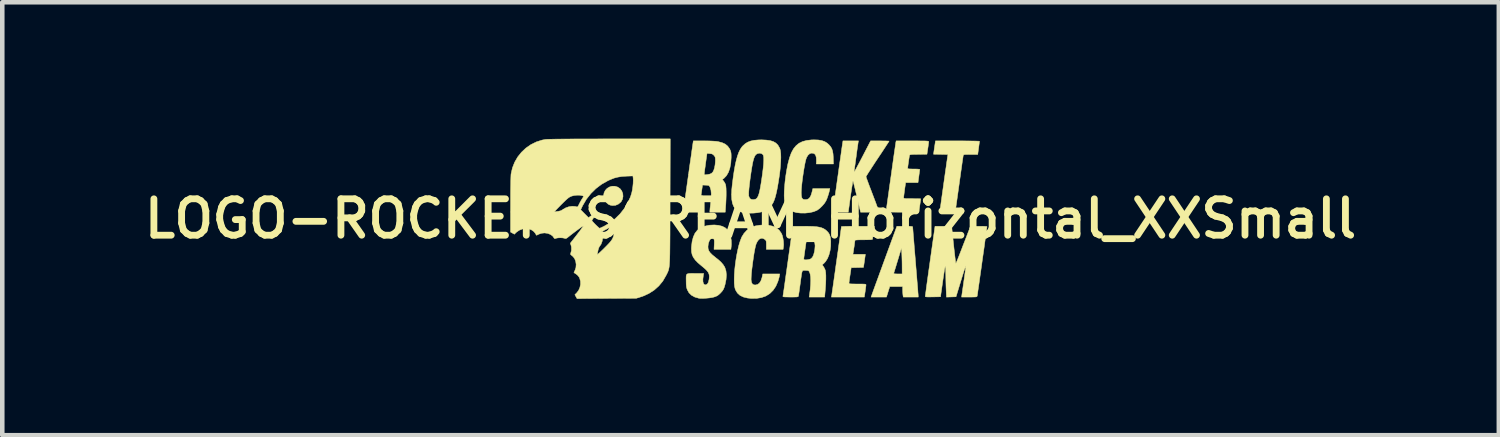
<source format=kicad_pcb>
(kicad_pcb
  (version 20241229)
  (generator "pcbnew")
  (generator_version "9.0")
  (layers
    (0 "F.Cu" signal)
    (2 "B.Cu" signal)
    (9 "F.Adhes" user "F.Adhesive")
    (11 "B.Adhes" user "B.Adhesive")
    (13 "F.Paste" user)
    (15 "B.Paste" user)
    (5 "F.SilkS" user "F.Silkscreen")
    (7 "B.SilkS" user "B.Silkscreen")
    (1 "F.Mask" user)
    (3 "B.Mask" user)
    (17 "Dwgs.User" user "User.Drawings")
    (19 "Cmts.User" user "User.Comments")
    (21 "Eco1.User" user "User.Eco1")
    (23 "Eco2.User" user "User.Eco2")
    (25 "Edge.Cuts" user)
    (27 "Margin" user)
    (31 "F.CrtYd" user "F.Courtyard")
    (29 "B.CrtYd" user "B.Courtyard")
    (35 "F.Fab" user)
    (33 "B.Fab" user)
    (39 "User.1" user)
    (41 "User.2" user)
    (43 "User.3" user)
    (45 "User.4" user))
  (footprint "LOGO-ROCKET-SCREAM_Horizontal_XXSmall"
    (layer "F.Cu")
    (at 13.459 1.761)
    (property "Reference" "LOGO-ROCKET-SCREAM_Horizontal_XXSmall" (at 0 0 0) (layer "F.SilkS") (effects (font (size 0.8 0.8) (thickness 0.15))))
    (attr smd)
    (fp_poly (pts (xy -2.985 -0.715) (xy -2.921 -0.696) (xy -2.918 -0.694) (xy -2.868 -0.659) (xy -2.832 -0.61) (xy -2.81 -0.553) (xy -2.805 -0.492) (xy -2.816 -0.432) (xy -2.844 -0.378) (xy -2.852 -0.368) (xy -2.907 -0.322) (xy -2.969 -0.295) (xy -3.037 -0.29) (xy -3.09 -0.3) (xy -3.132 -0.321) (xy -3.173 -0.358) (xy -3.206 -0.403) (xy -3.224 -0.444) (xy -3.232 -0.51) (xy -3.222 -0.57) (xy -3.195 -0.624) (xy -3.155 -0.667) (xy -3.104 -0.698) (xy -3.047 -0.715) (xy -2.985 -0.715)) (stroke (width 0.01) (type solid)) (fill yes) (layer "F.SilkS"))
    (fp_poly (pts (xy 4.653 -1.712) (xy 4.747 -1.711) (xy 4.831 -1.71) (xy 4.904 -1.709) (xy 4.963 -1.708) (xy 5.006 -1.706) (xy 5.031 -1.705) (xy 5.036 -1.703) (xy 5.035 -1.69) (xy 5.031 -1.659) (xy 5.025 -1.615) (xy 5.018 -1.562) (xy 5.017 -1.554) (xy 4.998 -1.414) (xy 4.842 -1.414) (xy 4.78 -1.413) (xy 4.737 -1.413) (xy 4.709 -1.411) (xy 4.692 -1.407) (xy 4.684 -1.401) (xy 4.68 -1.393) (xy 4.679 -1.389) (xy 4.676 -1.373) (xy 4.671 -1.338) (xy 4.663 -1.285) (xy 4.653 -1.217) (xy 4.642 -1.135) (xy 4.628 -1.041) (xy 4.614 -0.938) (xy 4.598 -0.827) (xy 4.588 -0.754) (xy 4.502 -0.144) (xy 4.333 -0.144) (xy 4.274 -0.144) (xy 4.225 -0.145) (xy 4.188 -0.147) (xy 4.167 -0.15) (xy 4.163 -0.152) (xy 4.165 -0.164) (xy 4.169 -0.196) (xy 4.176 -0.245) (xy 4.185 -0.309) (xy 4.195 -0.384) (xy 4.207 -0.47) (xy 4.22 -0.563) (xy 4.234 -0.661) (xy 4.248 -0.761) (xy 4.262 -0.861) (xy 4.276 -0.96) (xy 4.289 -1.053) (xy 4.302 -1.139) (xy 4.312 -1.216) (xy 4.322 -1.28) (xy 4.329 -1.331) (xy 4.334 -1.364) (xy 4.336 -1.377) (xy 4.342 -1.413) (xy 4.184 -1.416) (xy 4.025 -1.419) (xy 4.046 -1.565) (xy 4.068 -1.712) (xy 4.552 -1.712) (xy 4.653 -1.712)) (stroke (width 0.01) (type solid)) (fill yes) (layer "F.SilkS"))
    (fp_poly (pts (xy 3.46 0.166) (xy 3.507 0.167) (xy 3.539 0.169) (xy 3.557 0.172) (xy 3.565 0.177) (xy 3.567 0.182) (xy 3.568 0.196) (xy 3.571 0.23) (xy 3.575 0.282) (xy 3.58 0.35) (xy 3.587 0.434) (xy 3.595 0.529) (xy 3.603 0.636) (xy 3.613 0.752) (xy 3.623 0.874) (xy 3.628 0.934) (xy 3.638 1.06) (xy 3.648 1.179) (xy 3.657 1.291) (xy 3.665 1.393) (xy 3.673 1.484) (xy 3.679 1.561) (xy 3.683 1.622) (xy 3.687 1.666) (xy 3.688 1.691) (xy 3.689 1.695) (xy 3.689 1.723) (xy 3.36 1.723) (xy 3.353 1.681) (xy 3.35 1.648) (xy 3.347 1.603) (xy 3.346 1.565) (xy 3.346 1.491) (xy 3.063 1.491) (xy 3.026 1.607) (xy 2.99 1.723) (xy 2.651 1.723) (xy 2.692 1.609) (xy 2.703 1.578) (xy 2.721 1.529) (xy 2.745 1.463) (xy 2.774 1.384) (xy 2.808 1.291) (xy 2.841 1.201) (xy 3.15 1.201) (xy 3.153 1.208) (xy 3.171 1.212) (xy 3.207 1.214) (xy 3.24 1.215) (xy 3.335 1.215) (xy 3.334 1.013) (xy 3.333 0.942) (xy 3.331 0.871) (xy 3.329 0.807) (xy 3.327 0.756) (xy 3.325 0.729) (xy 3.319 0.646) (xy 3.237 0.917) (xy 3.214 0.991) (xy 3.194 1.058) (xy 3.176 1.116) (xy 3.162 1.161) (xy 3.153 1.19) (xy 3.15 1.201) (xy 2.841 1.201) (xy 2.845 1.189) (xy 2.885 1.08) (xy 2.927 0.964) (xy 2.971 0.845) (xy 2.976 0.83) (xy 3.219 0.166) (xy 3.393 0.166) (xy 3.46 0.166)) (stroke (width 0.01) (type solid)) (fill yes) (layer "F.SilkS"))
    (fp_poly (pts (xy 0.372 0.14) (xy 0.395 0.143) (xy 0.49 0.165) (xy 0.568 0.201) (xy 0.63 0.252) (xy 0.677 0.319) (xy 0.696 0.361) (xy 0.713 0.424) (xy 0.724 0.498) (xy 0.728 0.57) (xy 0.724 0.623) (xy 0.716 0.674) (xy 0.348 0.674) (xy 0.348 0.579) (xy 0.347 0.532) (xy 0.345 0.502) (xy 0.34 0.483) (xy 0.329 0.469) (xy 0.317 0.457) (xy 0.276 0.433) (xy 0.235 0.43) (xy 0.196 0.447) (xy 0.161 0.483) (xy 0.131 0.536) (xy 0.116 0.578) (xy 0.104 0.625) (xy 0.091 0.69) (xy 0.077 0.766) (xy 0.064 0.852) (xy 0.051 0.942) (xy 0.039 1.033) (xy 0.028 1.12) (xy 0.02 1.2) (xy 0.015 1.269) (xy 0.013 1.322) (xy 0.013 1.346) (xy 0.022 1.399) (xy 0.04 1.435) (xy 0.069 1.453) (xy 0.103 1.458) (xy 0.154 1.447) (xy 0.195 1.417) (xy 0.228 1.366) (xy 0.252 1.295) (xy 0.256 1.278) (xy 0.269 1.215) (xy 0.642 1.215) (xy 0.635 1.261) (xy 0.627 1.296) (xy 0.614 1.341) (xy 0.602 1.381) (xy 0.556 1.487) (xy 0.496 1.575) (xy 0.424 1.646) (xy 0.338 1.7) (xy 0.239 1.735) (xy 0.128 1.753) (xy 0.005 1.752) (xy -0.069 1.744) (xy -0.158 1.722) (xy -0.232 1.686) (xy -0.289 1.634) (xy -0.329 1.568) (xy -0.338 1.545) (xy -0.351 1.49) (xy -0.358 1.417) (xy -0.359 1.329) (xy -0.356 1.23) (xy -0.348 1.123) (xy -0.336 1.011) (xy -0.32 0.897) (xy -0.301 0.785) (xy -0.279 0.678) (xy -0.255 0.579) (xy -0.228 0.492) (xy -0.2 0.419) (xy -0.192 0.4) (xy -0.144 0.323) (xy -0.083 0.256) (xy -0.015 0.205) (xy 0.038 0.179) (xy 0.112 0.157) (xy 0.198 0.143) (xy 0.288 0.137) (xy 0.372 0.14)) (stroke (width 0.01) (type solid)) (fill yes) (layer "F.SilkS"))
    (fp_poly (pts (xy 1.49 -1.732) (xy 1.566 -1.719) (xy 1.63 -1.697) (xy 1.685 -1.663) (xy 1.725 -1.627) (xy 1.761 -1.585) (xy 1.787 -1.541) (xy 1.804 -1.49) (xy 1.815 -1.427) (xy 1.82 -1.348) (xy 1.82 -1.339) (xy 1.824 -1.204) (xy 1.447 -1.204) (xy 1.449 -1.28) (xy 1.446 -1.345) (xy 1.434 -1.392) (xy 1.412 -1.423) (xy 1.391 -1.436) (xy 1.346 -1.444) (xy 1.303 -1.432) (xy 1.266 -1.4) (xy 1.235 -1.351) (xy 1.22 -1.311) (xy 1.206 -1.258) (xy 1.192 -1.188) (xy 1.177 -1.105) (xy 1.162 -1.013) (xy 1.148 -0.918) (xy 1.136 -0.825) (xy 1.126 -0.736) (xy 1.119 -0.658) (xy 1.116 -0.595) (xy 1.115 -0.578) (xy 1.118 -0.514) (xy 1.125 -0.469) (xy 1.14 -0.441) (xy 1.164 -0.425) (xy 1.197 -0.42) (xy 1.2 -0.42) (xy 1.242 -0.424) (xy 1.276 -0.438) (xy 1.304 -0.466) (xy 1.327 -0.508) (xy 1.347 -0.568) (xy 1.363 -0.632) (xy 1.37 -0.663) (xy 1.745 -0.663) (xy 1.739 -0.632) (xy 1.724 -0.572) (xy 1.704 -0.507) (xy 1.683 -0.446) (xy 1.662 -0.398) (xy 1.66 -0.393) (xy 1.626 -0.339) (xy 1.579 -0.284) (xy 1.526 -0.232) (xy 1.473 -0.192) (xy 1.458 -0.183) (xy 1.386 -0.154) (xy 1.298 -0.134) (xy 1.201 -0.124) (xy 1.1 -0.125) (xy 1.016 -0.134) (xy 0.931 -0.157) (xy 0.86 -0.196) (xy 0.805 -0.25) (xy 0.767 -0.317) (xy 0.75 -0.373) (xy 0.743 -0.432) (xy 0.74 -0.509) (xy 0.742 -0.6) (xy 0.749 -0.703) (xy 0.759 -0.814) (xy 0.773 -0.928) (xy 0.791 -1.044) (xy 0.812 -1.158) (xy 0.824 -1.215) (xy 0.858 -1.342) (xy 0.897 -1.449) (xy 0.944 -1.536) (xy 1.001 -1.606) (xy 1.067 -1.66) (xy 1.145 -1.698) (xy 1.237 -1.722) (xy 1.343 -1.734) (xy 1.396 -1.735) (xy 1.49 -1.732)) (stroke (width 0.01) (type solid)) (fill yes) (layer "F.SilkS"))
    (fp_poly (pts (xy 2.704 0.301) (xy 2.696 0.354) (xy 2.69 0.4) (xy 2.686 0.433) (xy 2.684 0.45) (xy 2.684 0.45) (xy 2.678 0.455) (xy 2.66 0.459) (xy 2.628 0.462) (xy 2.578 0.463) (xy 2.51 0.464) (xy 2.49 0.464) (xy 2.415 0.464) (xy 2.357 0.466) (xy 2.318 0.469) (xy 2.299 0.473) (xy 2.297 0.475) (xy 2.296 0.49) (xy 2.291 0.521) (xy 2.286 0.564) (xy 2.279 0.613) (xy 2.271 0.662) (xy 2.265 0.707) (xy 2.259 0.742) (xy 2.258 0.748) (xy 2.252 0.784) (xy 2.526 0.784) (xy 2.511 0.892) (xy 2.504 0.943) (xy 2.497 0.989) (xy 2.492 1.024) (xy 2.49 1.035) (xy 2.484 1.071) (xy 2.349 1.074) (xy 2.214 1.077) (xy 2.19 1.237) (xy 2.181 1.295) (xy 2.174 1.347) (xy 2.169 1.387) (xy 2.166 1.412) (xy 2.165 1.416) (xy 2.167 1.423) (xy 2.173 1.429) (xy 2.189 1.432) (xy 2.215 1.434) (xy 2.256 1.435) (xy 2.315 1.436) (xy 2.352 1.436) (xy 2.421 1.436) (xy 2.471 1.437) (xy 2.504 1.438) (xy 2.525 1.441) (xy 2.536 1.445) (xy 2.54 1.451) (xy 2.54 1.455) (xy 2.539 1.473) (xy 2.534 1.508) (xy 2.528 1.554) (xy 2.522 1.599) (xy 2.503 1.723) (xy 1.778 1.723) (xy 1.783 1.698) (xy 1.786 1.684) (xy 1.791 1.65) (xy 1.798 1.599) (xy 1.808 1.533) (xy 1.819 1.454) (xy 1.832 1.364) (xy 1.846 1.265) (xy 1.861 1.159) (xy 1.876 1.049) (xy 1.892 0.937) (xy 1.908 0.825) (xy 1.924 0.715) (xy 1.938 0.61) (xy 1.952 0.511) (xy 1.965 0.42) (xy 1.976 0.34) (xy 1.985 0.274) (xy 1.992 0.222) (xy 1.997 0.188) (xy 1.999 0.173) (xy 1.999 0.173) (xy 2.009 0.171) (xy 2.04 0.17) (xy 2.087 0.168) (xy 2.148 0.167) (xy 2.221 0.166) (xy 2.304 0.166) (xy 2.361 0.166) (xy 2.724 0.166) (xy 2.704 0.301)) (stroke (width 0.01) (type solid)) (fill yes) (layer "F.SilkS"))
    (fp_poly (pts (xy 0.346 -1.73) (xy 0.433 -1.718) (xy 0.503 -1.696) (xy 0.558 -1.664) (xy 0.602 -1.62) (xy 0.635 -1.563) (xy 0.648 -1.534) (xy 0.658 -1.49) (xy 0.665 -1.426) (xy 0.667 -1.348) (xy 0.664 -1.256) (xy 0.658 -1.156) (xy 0.647 -1.049) (xy 0.636 -0.961) (xy 0.615 -0.826) (xy 0.596 -0.711) (xy 0.577 -0.613) (xy 0.558 -0.53) (xy 0.539 -0.461) (xy 0.519 -0.403) (xy 0.497 -0.353) (xy 0.492 -0.343) (xy 0.454 -0.287) (xy 0.402 -0.234) (xy 0.344 -0.191) (xy 0.311 -0.173) (xy 0.243 -0.15) (xy 0.161 -0.133) (xy 0.069 -0.124) (xy -0.025 -0.122) (xy -0.116 -0.129) (xy -0.149 -0.133) (xy -0.224 -0.152) (xy -0.286 -0.18) (xy -0.335 -0.221) (xy -0.373 -0.274) (xy -0.398 -0.341) (xy -0.413 -0.423) (xy -0.418 -0.523) (xy -0.417 -0.541) (xy -0.042 -0.541) (xy -0.04 -0.505) (xy -0.039 -0.502) (xy -0.028 -0.469) (xy -0.011 -0.442) (xy -0.01 -0.441) (xy 0.02 -0.425) (xy 0.061 -0.42) (xy 0.104 -0.428) (xy 0.115 -0.432) (xy 0.135 -0.446) (xy 0.152 -0.468) (xy 0.169 -0.501) (xy 0.185 -0.546) (xy 0.2 -0.605) (xy 0.215 -0.68) (xy 0.231 -0.773) (xy 0.248 -0.884) (xy 0.26 -0.968) (xy 0.276 -1.095) (xy 0.287 -1.201) (xy 0.291 -1.285) (xy 0.29 -1.349) (xy 0.282 -1.392) (xy 0.272 -1.412) (xy 0.236 -1.436) (xy 0.192 -1.442) (xy 0.15 -1.431) (xy 0.127 -1.418) (xy 0.107 -1.398) (xy 0.089 -1.368) (xy 0.073 -1.327) (xy 0.057 -1.273) (xy 0.042 -1.204) (xy 0.027 -1.117) (xy 0.01 -1.01) (xy 0.007 -0.988) (xy -0.01 -0.868) (xy -0.023 -0.762) (xy -0.033 -0.671) (xy -0.039 -0.597) (xy -0.042 -0.541) (xy -0.417 -0.541) (xy -0.413 -0.64) (xy -0.404 -0.729) (xy -0.383 -0.899) (xy -0.361 -1.048) (xy -0.338 -1.178) (xy -0.313 -1.289) (xy -0.286 -1.384) (xy -0.257 -1.463) (xy -0.225 -1.527) (xy -0.19 -1.579) (xy -0.176 -1.596) (xy -0.123 -1.645) (xy -0.066 -1.682) (xy -0.000357 -1.708) (xy 0.077 -1.725) (xy 0.169 -1.733) (xy 0.241 -1.735) (xy 0.346 -1.73)) (stroke (width 0.01) (type solid)) (fill yes) (layer "F.SilkS"))
    (fp_poly (pts (xy -0.705 0.145) (xy -0.623 0.166) (xy -0.556 0.2) (xy -0.505 0.245) (xy -0.5 0.25) (xy -0.465 0.311) (xy -0.439 0.387) (xy -0.424 0.472) (xy -0.421 0.56) (xy -0.425 0.611) (xy -0.432 0.674) (xy -0.803 0.674) (xy -0.798 0.566) (xy -0.796 0.507) (xy -0.799 0.467) (xy -0.809 0.443) (xy -0.825 0.433) (xy -0.849 0.432) (xy -0.851 0.433) (xy -0.882 0.448) (xy -0.906 0.484) (xy -0.925 0.538) (xy -0.93 0.56) (xy -0.936 0.616) (xy -0.932 0.664) (xy -0.916 0.708) (xy -0.885 0.752) (xy -0.838 0.798) (xy -0.774 0.85) (xy -0.701 0.908) (xy -0.645 0.96) (xy -0.603 1.009) (xy -0.573 1.056) (xy -0.565 1.071) (xy -0.54 1.148) (xy -0.531 1.237) (xy -0.538 1.338) (xy -0.56 1.446) (xy -0.576 1.502) (xy -0.594 1.547) (xy -0.617 1.585) (xy -0.651 1.624) (xy -0.662 1.636) (xy -0.701 1.672) (xy -0.735 1.696) (xy -0.774 1.713) (xy -0.801 1.722) (xy -0.846 1.733) (xy -0.905 1.742) (xy -0.969 1.748) (xy -1.033 1.752) (xy -1.09 1.753) (xy -1.132 1.75) (xy -1.137 1.749) (xy -1.227 1.723) (xy -1.299 1.683) (xy -1.354 1.629) (xy -1.391 1.562) (xy -1.392 1.559) (xy -1.404 1.524) (xy -1.411 1.487) (xy -1.415 1.442) (xy -1.416 1.383) (xy -1.416 1.374) (xy -1.417 1.314) (xy -1.416 1.269) (xy -1.411 1.239) (xy -1.398 1.219) (xy -1.376 1.209) (xy -1.34 1.204) (xy -1.289 1.203) (xy -1.218 1.204) (xy -1.031 1.204) (xy -1.039 1.256) (xy -1.048 1.33) (xy -1.046 1.388) (xy -1.034 1.429) (xy -1.014 1.451) (xy -0.983 1.455) (xy -0.979 1.454) (xy -0.949 1.435) (xy -0.927 1.396) (xy -0.912 1.336) (xy -0.909 1.309) (xy -0.907 1.262) (xy -0.913 1.221) (xy -0.928 1.184) (xy -0.955 1.147) (xy -0.995 1.106) (xy -1.051 1.058) (xy -1.077 1.037) (xy -1.155 0.971) (xy -1.214 0.911) (xy -1.256 0.853) (xy -1.284 0.794) (xy -1.298 0.729) (xy -1.301 0.656) (xy -1.299 0.619) (xy -1.285 0.501) (xy -1.259 0.402) (xy -1.222 0.32) (xy -1.171 0.255) (xy -1.107 0.205) (xy -1.028 0.169) (xy -0.933 0.147) (xy -0.901 0.142) (xy -0.798 0.137) (xy -0.705 0.145)) (stroke (width 0.01) (type solid)) (fill yes) (layer "F.SilkS"))
    (fp_poly (pts (xy 3.66 -1.712) (xy 3.739 -1.711) (xy 3.8 -1.711) (xy 3.846 -1.71) (xy 3.878 -1.708) (xy 3.9 -1.706) (xy 3.912 -1.703) (xy 3.918 -1.699) (xy 3.92 -1.693) (xy 3.92 -1.692) (xy 3.918 -1.674) (xy 3.913 -1.639) (xy 3.907 -1.593) (xy 3.9 -1.546) (xy 3.881 -1.419) (xy 3.691 -1.416) (xy 3.622 -1.415) (xy 3.572 -1.414) (xy 3.538 -1.412) (xy 3.517 -1.409) (xy 3.504 -1.404) (xy 3.499 -1.398) (xy 3.496 -1.389) (xy 3.496 -1.388) (xy 3.492 -1.365) (xy 3.486 -1.327) (xy 3.479 -1.281) (xy 3.472 -1.231) (xy 3.465 -1.183) (xy 3.46 -1.143) (xy 3.457 -1.116) (xy 3.457 -1.11) (xy 3.46 -1.103) (xy 3.473 -1.098) (xy 3.499 -1.095) (xy 3.54 -1.094) (xy 3.589 -1.093) (xy 3.64 -1.093) (xy 3.682 -1.091) (xy 3.711 -1.088) (xy 3.722 -1.085) (xy 3.722 -1.085) (xy 3.721 -1.072) (xy 3.717 -1.041) (xy 3.711 -0.996) (xy 3.704 -0.944) (xy 3.703 -0.936) (xy 3.684 -0.795) (xy 3.413 -0.795) (xy 3.407 -0.759) (xy 3.402 -0.725) (xy 3.395 -0.679) (xy 3.388 -0.627) (xy 3.381 -0.574) (xy 3.375 -0.526) (xy 3.37 -0.488) (xy 3.368 -0.465) (xy 3.368 -0.462) (xy 3.37 -0.455) (xy 3.376 -0.449) (xy 3.39 -0.446) (xy 3.416 -0.443) (xy 3.455 -0.442) (xy 3.511 -0.442) (xy 3.556 -0.442) (xy 3.618 -0.441) (xy 3.671 -0.441) (xy 3.712 -0.439) (xy 3.737 -0.438) (xy 3.744 -0.437) (xy 3.742 -0.422) (xy 3.738 -0.391) (xy 3.732 -0.35) (xy 3.725 -0.302) (xy 3.718 -0.255) (xy 3.712 -0.213) (xy 3.707 -0.182) (xy 3.705 -0.168) (xy 3.699 -0.144) (xy 3.34 -0.144) (xy 3.233 -0.144) (xy 3.146 -0.145) (xy 3.079 -0.146) (xy 3.03 -0.148) (xy 2.999 -0.151) (xy 2.984 -0.154) (xy 2.982 -0.156) (xy 2.983 -0.169) (xy 2.988 -0.202) (xy 2.994 -0.252) (xy 3.003 -0.318) (xy 3.014 -0.397) (xy 3.027 -0.487) (xy 3.041 -0.586) (xy 3.055 -0.691) (xy 3.071 -0.801) (xy 3.087 -0.913) (xy 3.103 -1.026) (xy 3.118 -1.136) (xy 3.133 -1.242) (xy 3.147 -1.342) (xy 3.16 -1.434) (xy 3.172 -1.514) (xy 3.182 -1.582) (xy 3.19 -1.635) (xy 3.195 -1.67) (xy 3.197 -1.687) (xy 3.198 -1.687) (xy 3.203 -1.712) (xy 3.562 -1.712) (xy 3.66 -1.712)) (stroke (width 0.01) (type solid)) (fill yes) (layer "F.SilkS"))
    (fp_poly (pts (xy 4.467 0.574) (xy 4.477 0.667) (xy 4.487 0.752) (xy 4.495 0.827) (xy 4.503 0.89) (xy 4.509 0.939) (xy 4.514 0.97) (xy 4.516 0.983) (xy 4.516 0.983) (xy 4.522 0.973) (xy 4.534 0.945) (xy 4.552 0.903) (xy 4.574 0.848) (xy 4.599 0.784) (xy 4.615 0.743) (xy 4.647 0.661) (xy 4.68 0.574) (xy 4.714 0.488) (xy 4.745 0.408) (xy 4.77 0.343) (xy 4.773 0.334) (xy 4.839 0.166) (xy 5.02 0.166) (xy 5.081 0.166) (xy 5.133 0.167) (xy 5.172 0.169) (xy 5.196 0.171) (xy 5.201 0.172) (xy 5.2 0.185) (xy 5.196 0.217) (xy 5.189 0.267) (xy 5.18 0.333) (xy 5.169 0.411) (xy 5.156 0.5) (xy 5.143 0.599) (xy 5.128 0.704) (xy 5.112 0.813) (xy 5.096 0.925) (xy 5.081 1.037) (xy 5.065 1.147) (xy 5.05 1.253) (xy 5.036 1.353) (xy 5.023 1.444) (xy 5.011 1.525) (xy 5.001 1.593) (xy 4.994 1.645) (xy 4.988 1.681) (xy 4.986 1.697) (xy 4.986 1.698) (xy 4.983 1.707) (xy 4.977 1.714) (xy 4.965 1.718) (xy 4.943 1.721) (xy 4.908 1.722) (xy 4.856 1.723) (xy 4.811 1.723) (xy 4.642 1.723) (xy 4.69 1.389) (xy 4.702 1.305) (xy 4.713 1.228) (xy 4.722 1.16) (xy 4.729 1.104) (xy 4.733 1.064) (xy 4.735 1.042) (xy 4.735 1.038) (xy 4.731 1.045) (xy 4.722 1.07) (xy 4.708 1.111) (xy 4.689 1.167) (xy 4.668 1.234) (xy 4.644 1.312) (xy 4.626 1.37) (xy 4.52 1.717) (xy 4.31 1.724) (xy 4.303 1.566) (xy 4.3 1.491) (xy 4.298 1.406) (xy 4.296 1.319) (xy 4.295 1.242) (xy 4.294 1.182) (xy 4.292 1.127) (xy 4.29 1.084) (xy 4.287 1.055) (xy 4.286 1.049) (xy 4.282 1.051) (xy 4.276 1.074) (xy 4.267 1.119) (xy 4.257 1.183) (xy 4.244 1.267) (xy 4.229 1.369) (xy 4.179 1.717) (xy 4.011 1.72) (xy 3.944 1.721) (xy 3.896 1.721) (xy 3.865 1.719) (xy 3.848 1.715) (xy 3.843 1.709) (xy 3.843 1.709) (xy 3.844 1.696) (xy 3.849 1.663) (xy 3.856 1.612) (xy 3.865 1.544) (xy 3.876 1.461) (xy 3.889 1.366) (xy 3.904 1.259) (xy 3.92 1.143) (xy 3.938 1.02) (xy 3.95 0.93) (xy 4.058 0.166) (xy 4.424 0.166) (xy 4.467 0.574)) (stroke (width 0.01) (type solid)) (fill yes) (layer "F.SilkS"))
    (fp_poly (pts (xy -0.915 -1.711) (xy -0.823 -1.707) (xy -0.753 -1.702) (xy -0.714 -1.696) (xy -0.626 -1.673) (xy -0.556 -1.641) (xy -0.503 -1.597) (xy -0.463 -1.542) (xy -0.454 -1.525) (xy -0.441 -1.495) (xy -0.433 -1.468) (xy -0.428 -1.437) (xy -0.426 -1.397) (xy -0.426 -1.342) (xy -0.434 -1.222) (xy -0.454 -1.115) (xy -0.485 -1.024) (xy -0.529 -0.948) (xy -0.582 -0.891) (xy -0.597 -0.879) (xy -0.621 -0.863) (xy -0.593 -0.829) (xy -0.57 -0.795) (xy -0.551 -0.757) (xy -0.55 -0.754) (xy -0.543 -0.72) (xy -0.538 -0.666) (xy -0.536 -0.596) (xy -0.536 -0.512) (xy -0.539 -0.417) (xy -0.544 -0.314) (xy -0.546 -0.295) (xy -0.556 -0.144) (xy -0.895 -0.144) (xy -0.895 -0.172) (xy -0.893 -0.193) (xy -0.89 -0.231) (xy -0.884 -0.281) (xy -0.878 -0.337) (xy -0.877 -0.346) (xy -0.866 -0.46) (xy -0.864 -0.555) (xy -0.871 -0.63) (xy -0.888 -0.686) (xy -0.89 -0.691) (xy -0.902 -0.714) (xy -0.914 -0.728) (xy -0.933 -0.734) (xy -0.965 -0.737) (xy -0.984 -0.738) (xy -1.056 -0.741) (xy -1.099 -0.442) (xy -1.141 -0.144) (xy -1.31 -0.144) (xy -1.369 -0.144) (xy -1.418 -0.145) (xy -1.456 -0.147) (xy -1.477 -0.149) (xy -1.48 -0.15) (xy -1.478 -0.163) (xy -1.474 -0.194) (xy -1.467 -0.244) (xy -1.458 -0.308) (xy -1.447 -0.386) (xy -1.435 -0.475) (xy -1.421 -0.573) (xy -1.406 -0.678) (xy -1.391 -0.787) (xy -1.375 -0.899) (xy -1.365 -0.969) (xy -1.019 -0.969) (xy -1.019 -0.967) (xy -1.005 -0.965) (xy -0.977 -0.968) (xy -0.942 -0.972) (xy -0.907 -0.979) (xy -0.886 -0.985) (xy -0.854 -1.002) (xy -0.829 -1.027) (xy -0.809 -1.066) (xy -0.792 -1.121) (xy -0.78 -1.185) (xy -0.774 -1.253) (xy -0.773 -1.278) (xy -0.774 -1.321) (xy -0.778 -1.35) (xy -0.787 -1.371) (xy -0.803 -1.391) (xy -0.804 -1.393) (xy -0.828 -1.415) (xy -0.853 -1.427) (xy -0.89 -1.432) (xy -0.896 -1.433) (xy -0.957 -1.438) (xy -0.99 -1.205) (xy -0.999 -1.136) (xy -1.008 -1.074) (xy -1.014 -1.024) (xy -1.018 -0.988) (xy -1.019 -0.969) (xy -1.365 -0.969) (xy -1.359 -1.011) (xy -1.344 -1.121) (xy -1.329 -1.227) (xy -1.314 -1.327) (xy -1.301 -1.419) (xy -1.29 -1.5) (xy -1.28 -1.568) (xy -1.272 -1.622) (xy -1.267 -1.658) (xy -1.264 -1.676) (xy -1.264 -1.676) (xy -1.258 -1.712) (xy -1.028 -1.712) (xy -0.915 -1.711)) (stroke (width 0.01) (type solid)) (fill yes) (layer "F.SilkS"))
    (fp_poly (pts (xy 2.369 -1.687) (xy 2.366 -1.67) (xy 2.361 -1.633) (xy 2.353 -1.582) (xy 2.344 -1.518) (xy 2.334 -1.445) (xy 2.325 -1.375) (xy 2.314 -1.296) (xy 2.304 -1.223) (xy 2.295 -1.159) (xy 2.287 -1.107) (xy 2.282 -1.071) (xy 2.279 -1.055) (xy 2.277 -1.033) (xy 2.283 -1.032) (xy 2.284 -1.033) (xy 2.291 -1.045) (xy 2.308 -1.074) (xy 2.332 -1.118) (xy 2.362 -1.175) (xy 2.398 -1.242) (xy 2.437 -1.317) (xy 2.469 -1.378) (xy 2.642 -1.712) (xy 2.845 -1.712) (xy 2.909 -1.711) (xy 2.965 -1.711) (xy 3.009 -1.709) (xy 3.038 -1.708) (xy 3.048 -1.706) (xy 3.042 -1.696) (xy 3.025 -1.669) (xy 2.998 -1.629) (xy 2.963 -1.575) (xy 2.921 -1.511) (xy 2.873 -1.438) (xy 2.82 -1.359) (xy 2.794 -1.32) (xy 2.739 -1.238) (xy 2.689 -1.161) (xy 2.644 -1.091) (xy 2.605 -1.032) (xy 2.574 -0.983) (xy 2.553 -0.948) (xy 2.541 -0.928) (xy 2.54 -0.925) (xy 2.544 -0.912) (xy 2.555 -0.88) (xy 2.572 -0.833) (xy 2.594 -0.773) (xy 2.621 -0.701) (xy 2.652 -0.621) (xy 2.684 -0.537) (xy 2.717 -0.45) (xy 2.747 -0.371) (xy 2.773 -0.3) (xy 2.796 -0.241) (xy 2.813 -0.195) (xy 2.823 -0.165) (xy 2.827 -0.153) (xy 2.817 -0.15) (xy 2.788 -0.147) (xy 2.743 -0.145) (xy 2.687 -0.144) (xy 2.624 -0.144) (xy 2.421 -0.144) (xy 2.383 -0.306) (xy 2.365 -0.379) (xy 2.345 -0.464) (xy 2.325 -0.551) (xy 2.306 -0.631) (xy 2.302 -0.649) (xy 2.287 -0.708) (xy 2.274 -0.759) (xy 2.264 -0.799) (xy 2.256 -0.823) (xy 2.253 -0.828) (xy 2.25 -0.818) (xy 2.244 -0.788) (xy 2.237 -0.742) (xy 2.227 -0.681) (xy 2.216 -0.609) (xy 2.204 -0.529) (xy 2.198 -0.486) (xy 2.15 -0.144) (xy 1.981 -0.144) (xy 1.922 -0.144) (xy 1.873 -0.145) (xy 1.835 -0.147) (xy 1.814 -0.149) (xy 1.811 -0.151) (xy 1.813 -0.163) (xy 1.817 -0.194) (xy 1.824 -0.244) (xy 1.833 -0.309) (xy 1.844 -0.386) (xy 1.856 -0.476) (xy 1.87 -0.573) (xy 1.885 -0.678) (xy 1.9 -0.787) (xy 1.916 -0.899) (xy 1.932 -1.011) (xy 1.947 -1.121) (xy 1.962 -1.227) (xy 1.977 -1.327) (xy 1.99 -1.419) (xy 2.001 -1.5) (xy 2.011 -1.568) (xy 2.019 -1.622) (xy 2.024 -1.658) (xy 2.027 -1.676) (xy 2.027 -1.676) (xy 2.033 -1.712) (xy 2.375 -1.712) (xy 2.369 -1.687)) (stroke (width 0.01) (type solid)) (fill yes) (layer "F.SilkS"))
    (fp_poly (pts (xy 1.175 0.166) (xy 1.286 0.167) (xy 1.378 0.17) (xy 1.453 0.176) (xy 1.514 0.186) (xy 1.565 0.2) (xy 1.607 0.218) (xy 1.644 0.241) (xy 1.677 0.269) (xy 1.714 0.309) (xy 1.739 0.353) (xy 1.755 0.404) (xy 1.763 0.47) (xy 1.765 0.499) (xy 1.763 0.602) (xy 1.75 0.701) (xy 1.726 0.794) (xy 1.693 0.875) (xy 1.651 0.941) (xy 1.623 0.973) (xy 1.578 1.014) (xy 1.606 1.055) (xy 1.627 1.092) (xy 1.644 1.131) (xy 1.646 1.139) (xy 1.653 1.183) (xy 1.657 1.247) (xy 1.657 1.328) (xy 1.654 1.422) (xy 1.647 1.529) (xy 1.645 1.555) (xy 1.63 1.723) (xy 1.29 1.723) (xy 1.296 1.681) (xy 1.312 1.561) (xy 1.321 1.453) (xy 1.324 1.358) (xy 1.321 1.278) (xy 1.311 1.216) (xy 1.299 1.179) (xy 1.287 1.156) (xy 1.275 1.144) (xy 1.256 1.139) (xy 1.225 1.138) (xy 1.208 1.137) (xy 1.186 1.137) (xy 1.169 1.136) (xy 1.155 1.139) (xy 1.145 1.146) (xy 1.136 1.161) (xy 1.129 1.185) (xy 1.122 1.222) (xy 1.115 1.274) (xy 1.105 1.342) (xy 1.093 1.43) (xy 1.083 1.502) (xy 1.074 1.568) (xy 1.066 1.624) (xy 1.059 1.667) (xy 1.055 1.693) (xy 1.054 1.698) (xy 1.051 1.707) (xy 1.046 1.714) (xy 1.033 1.718) (xy 1.012 1.721) (xy 0.977 1.722) (xy 0.925 1.723) (xy 0.878 1.723) (xy 0.81 1.722) (xy 0.762 1.721) (xy 0.732 1.719) (xy 0.716 1.715) (xy 0.712 1.709) (xy 0.712 1.709) (xy 0.714 1.696) (xy 0.719 1.663) (xy 0.727 1.612) (xy 0.737 1.544) (xy 0.749 1.461) (xy 0.762 1.366) (xy 0.777 1.259) (xy 0.794 1.143) (xy 0.811 1.02) (xy 0.824 0.93) (xy 0.829 0.891) (xy 1.171 0.891) (xy 1.18 0.901) (xy 1.205 0.905) (xy 1.239 0.904) (xy 1.276 0.898) (xy 1.31 0.889) (xy 1.33 0.879) (xy 1.362 0.847) (xy 1.387 0.795) (xy 1.406 0.723) (xy 1.414 0.674) (xy 1.42 0.594) (xy 1.413 0.532) (xy 1.393 0.487) (xy 1.36 0.458) (xy 1.312 0.443) (xy 1.284 0.442) (xy 1.253 0.444) (xy 1.238 0.451) (xy 1.231 0.467) (xy 1.228 0.487) (xy 1.222 0.523) (xy 1.214 0.572) (xy 1.206 0.629) (xy 1.197 0.69) (xy 1.189 0.75) (xy 1.181 0.804) (xy 1.175 0.849) (xy 1.172 0.88) (xy 1.171 0.891) (xy 0.829 0.891) (xy 0.931 0.166) (xy 1.175 0.166)) (stroke (width 0.01) (type solid)) (fill yes) (layer "F.SilkS"))
    (fp_poly (pts (xy -1.77 -0.367) (xy -1.77 -0.16) (xy -1.771 0.027) (xy -1.771 0.193) (xy -1.771 0.342) (xy -1.772 0.473) (xy -1.773 0.588) (xy -1.774 0.689) (xy -1.775 0.776) (xy -1.777 0.851) (xy -1.779 0.915) (xy -1.782 0.969) (xy -1.785 1.014) (xy -1.789 1.052) (xy -1.794 1.084) (xy -1.8 1.111) (xy -1.806 1.135) (xy -1.814 1.156) (xy -1.822 1.176) (xy -1.832 1.196) (xy -1.842 1.217) (xy -1.854 1.24) (xy -1.861 1.253) (xy -1.931 1.374) (xy -2.018 1.479) (xy -2.12 1.57) (xy -2.237 1.645) (xy -2.367 1.704) (xy -2.413 1.719) (xy -2.512 1.75) (xy -3.164 1.753) (xy -3.816 1.757) (xy -3.84 1.714) (xy -3.864 1.671) (xy -3.827 1.635) (xy -3.783 1.579) (xy -3.754 1.513) (xy -3.739 1.443) (xy -3.741 1.373) (xy -3.759 1.309) (xy -3.768 1.29) (xy -3.789 1.26) (xy -3.814 1.234) (xy -3.85 1.208) (xy -3.884 1.187) (xy -3.881 1.178) (xy -3.871 1.154) (xy -3.862 1.137) (xy -3.841 1.074) (xy -3.836 1.005) (xy -3.846 0.937) (xy -3.868 0.881) (xy -3.892 0.847) (xy -3.919 0.819) (xy -3.932 0.81) (xy -3.955 0.79) (xy -3.956 0.79) (xy -3.374 0.79) (xy -3.369 0.789) (xy -3.351 0.774) (xy -3.321 0.748) (xy -3.283 0.712) (xy -3.237 0.668) (xy -3.221 0.652) (xy -3.163 0.594) (xy -3.118 0.547) (xy -3.085 0.51) (xy -3.061 0.479) (xy -3.043 0.452) (xy -3.031 0.427) (xy -3.016 0.392) (xy -3.008 0.362) (xy -3.005 0.33) (xy -3.005 0.286) (xy -3.006 0.264) (xy -3.009 0.219) (xy -3.013 0.184) (xy -3.017 0.162) (xy -3.018 0.158) (xy -3.032 0.159) (xy -3.056 0.169) (xy -3.068 0.175) (xy -3.098 0.192) (xy -3.14 0.215) (xy -3.184 0.238) (xy -3.189 0.24) (xy -3.229 0.261) (xy -3.252 0.276) (xy -3.262 0.288) (xy -3.262 0.3) (xy -3.261 0.303) (xy -3.257 0.325) (xy -3.254 0.361) (xy -3.253 0.405) (xy -3.253 0.409) (xy -3.262 0.491) (xy -3.288 0.562) (xy -3.324 0.613) (xy -3.336 0.636) (xy -3.348 0.671) (xy -3.355 0.701) (xy -3.363 0.741) (xy -3.37 0.774) (xy -3.374 0.79) (xy -3.956 0.79) (xy -3.959 0.773) (xy -3.939 0.696) (xy -3.94 0.623) (xy -3.946 0.595) (xy -3.963 0.538) (xy -3.872 0.421) (xy -3.813 0.345) (xy -3.767 0.285) (xy -3.756 0.271) (xy -3.291 0.271) (xy -3.285 0.276) (xy -3.28 0.271) (xy -3.285 0.265) (xy -3.291 0.271) (xy -3.756 0.271) (xy -3.732 0.239) (xy -3.707 0.205) (xy -3.691 0.181) (xy -3.682 0.167) (xy -3.68 0.16) (xy -3.681 0.159) (xy -3.691 0.164) (xy -3.715 0.18) (xy -3.751 0.205) (xy -3.796 0.238) (xy -3.847 0.276) (xy -3.901 0.317) (xy -3.956 0.359) (xy -4.007 0.4) (xy -4.021 0.411) (xy -4.047 0.43) (xy -4.067 0.436) (xy -4.088 0.432) (xy -4.093 0.43) (xy -4.131 0.422) (xy -4.18 0.419) (xy -4.231 0.421) (xy -4.272 0.428) (xy -4.279 0.431) (xy -4.3 0.437) (xy -4.314 0.434) (xy -4.327 0.418) (xy -4.341 0.395) (xy -4.356 0.379) (xy -4.384 0.358) (xy -4.404 0.345) (xy -4.463 0.322) (xy -4.531 0.313) (xy -4.599 0.32) (xy -4.657 0.34) (xy -4.685 0.354) (xy -4.703 0.363) (xy -4.707 0.364) (xy -4.714 0.356) (xy -4.727 0.334) (xy -4.731 0.326) (xy -4.766 0.282) (xy -4.818 0.246) (xy -4.88 0.221) (xy -4.883 0.22) (xy -4.948 0.215) (xy -5.017 0.226) (xy -5.085 0.252) (xy -5.144 0.292) (xy -5.167 0.313) (xy -5.193 0.341) (xy -5.236 0.317) (xy -5.279 0.293) (xy -5.279 -0.149) (xy -4.314 -0.149) (xy -4.312 -0.149) (xy -4.289 -0.154) (xy -4.254 -0.16) (xy -4.23 -0.163) (xy -4.179 -0.174) (xy -4.134 -0.197) (xy -3.736 -0.197) (xy -3.65 -0.11) (xy -3.564 -0.024) (xy -3.486 -0.078) (xy -3.438 -0.11) (xy -3.407 -0.128) (xy -3.391 -0.13) (xy -3.391 -0.117) (xy -3.406 -0.088) (xy -3.436 -0.044) (xy -3.44 -0.038) (xy -3.464 -0.004) (xy -3.481 0.023) (xy -3.489 0.039) (xy -3.49 0.04) (xy -3.482 0.052) (xy -3.463 0.074) (xy -3.435 0.104) (xy -3.404 0.136) (xy -3.372 0.166) (xy -3.345 0.191) (xy -3.326 0.207) (xy -3.321 0.21) (xy -3.307 0.205) (xy -3.279 0.193) (xy -3.241 0.175) (xy -3.22 0.165) (xy -3.094 0.091) (xy -2.977 -0.000376) (xy -2.87 -0.106) (xy -2.777 -0.224) (xy -2.7 -0.35) (xy -2.64 -0.482) (xy -2.612 -0.573) (xy -2.599 -0.635) (xy -2.589 -0.706) (xy -2.582 -0.777) (xy -2.58 -0.841) (xy -2.581 -0.882) (xy -2.587 -0.941) (xy -2.732 -0.936) (xy -2.832 -0.929) (xy -2.919 -0.915) (xy -3 -0.894) (xy -3.083 -0.861) (xy -3.143 -0.834) (xy -3.278 -0.757) (xy -3.402 -0.663) (xy -3.513 -0.553) (xy -3.609 -0.431) (xy -3.687 -0.299) (xy -3.697 -0.28) (xy -3.736 -0.197) (xy -4.134 -0.197) (xy -4.134 -0.197) (xy -4.122 -0.206) (xy -4.062 -0.241) (xy -3.994 -0.264) (xy -3.923 -0.274) (xy -3.856 -0.27) (xy -3.819 -0.26) (xy -3.807 -0.26) (xy -3.793 -0.275) (xy -3.776 -0.308) (xy -3.774 -0.313) (xy -3.752 -0.356) (xy -3.725 -0.405) (xy -3.707 -0.434) (xy -3.668 -0.495) (xy -3.702 -0.507) (xy -3.753 -0.517) (xy -3.815 -0.518) (xy -3.88 -0.511) (xy -3.939 -0.496) (xy -3.939 -0.495) (xy -3.963 -0.485) (xy -3.986 -0.473) (xy -4.011 -0.455) (xy -4.042 -0.429) (xy -4.08 -0.394) (xy -4.128 -0.347) (xy -4.169 -0.306) (xy -4.216 -0.258) (xy -4.257 -0.216) (xy -4.288 -0.183) (xy -4.307 -0.16) (xy -4.314 -0.149) (xy -5.279 -0.149) (xy -5.278 -0.309) (xy -5.278 -0.433) (xy -5.278 -0.55) (xy -5.277 -0.658) (xy -5.275 -0.754) (xy -5.274 -0.837) (xy -5.272 -0.905) (xy -5.27 -0.955) (xy -5.268 -0.985) (xy -5.267 -0.988) (xy -5.237 -1.12) (xy -5.188 -1.244) (xy -5.121 -1.359) (xy -5.038 -1.463) (xy -4.941 -1.554) (xy -4.832 -1.63) (xy -4.713 -1.689) (xy -4.585 -1.73) (xy -4.511 -1.744) (xy -4.487 -1.746) (xy -4.442 -1.748) (xy -4.376 -1.749) (xy -4.291 -1.751) (xy -4.186 -1.752) (xy -4.062 -1.753) (xy -3.92 -1.754) (xy -3.761 -1.755) (xy -3.585 -1.755) (xy -3.393 -1.755) (xy -3.186 -1.756) (xy -3.1 -1.756) (xy -1.766 -1.756) (xy -1.77 -0.367)) (stroke (width 0.01) (type solid)) (fill yes) (layer "F.SilkS")))
  (gr_rect
    (start -3 -3)
    (end 29.919 6.523)
    (stroke (width 0.1) (type default))
    (fill no)
    (layer "Edge.Cuts")))
</source>
